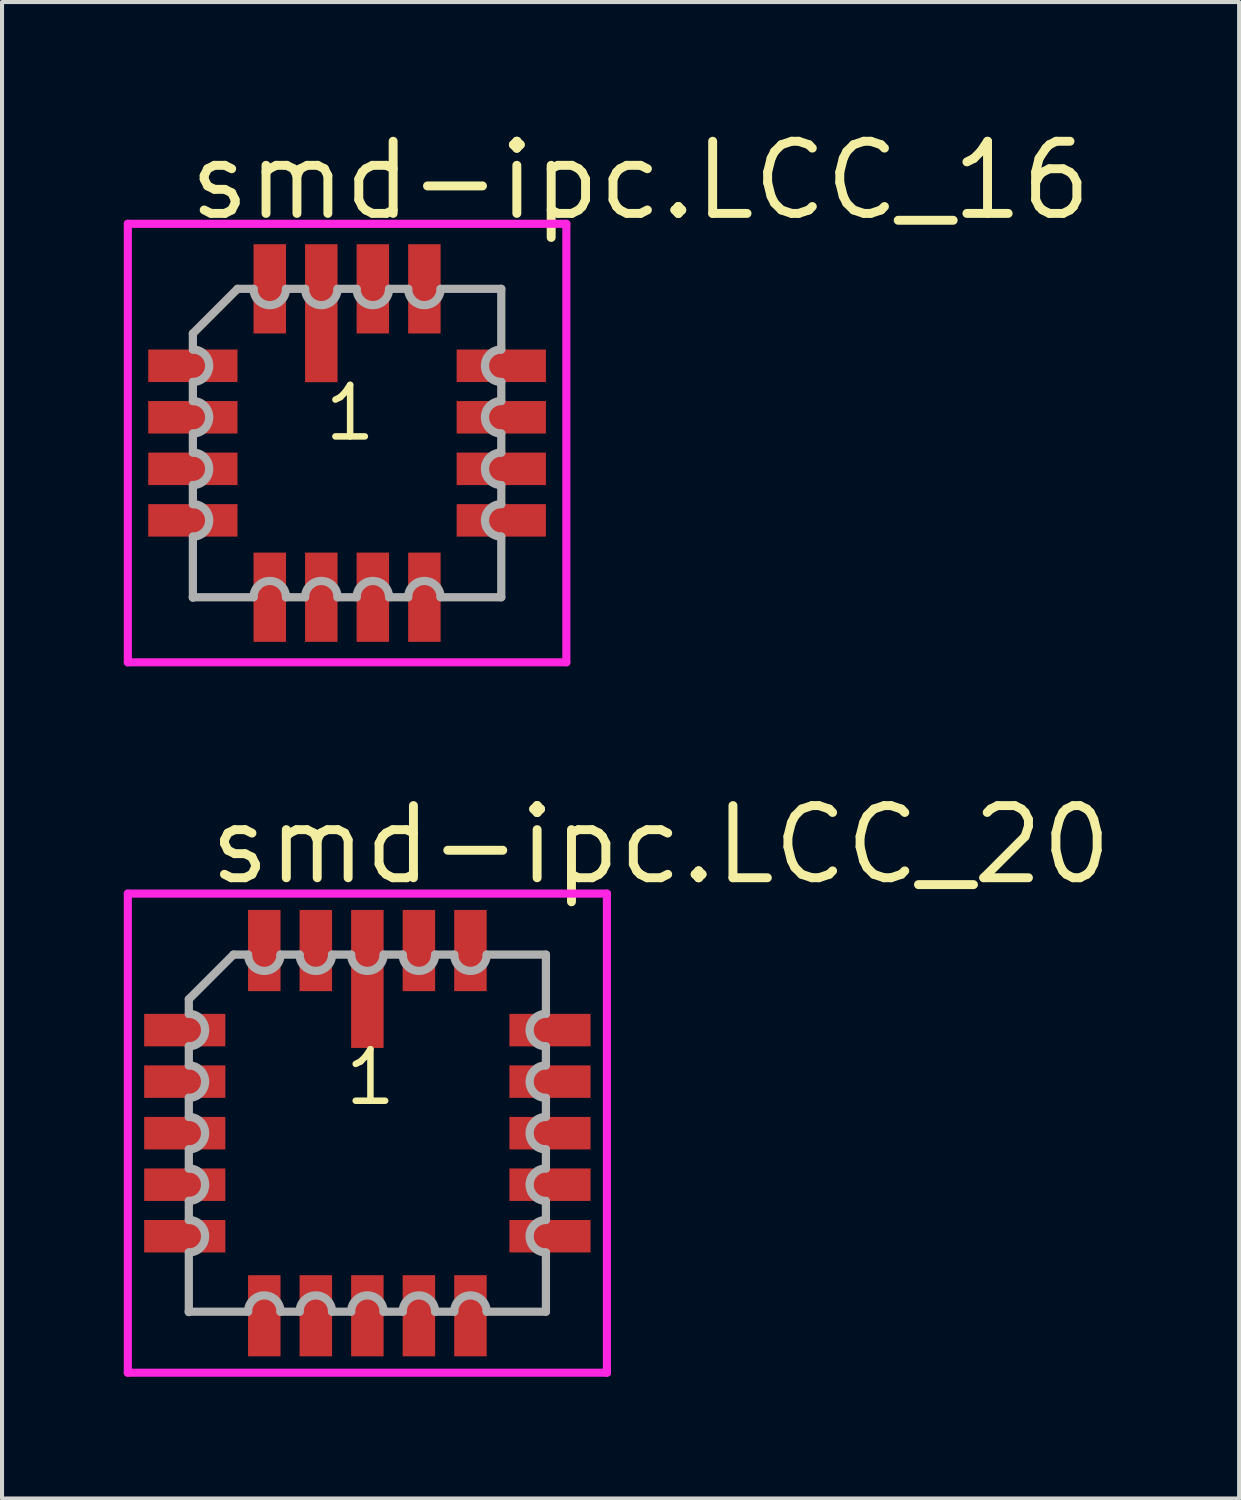
<source format=kicad_pcb>
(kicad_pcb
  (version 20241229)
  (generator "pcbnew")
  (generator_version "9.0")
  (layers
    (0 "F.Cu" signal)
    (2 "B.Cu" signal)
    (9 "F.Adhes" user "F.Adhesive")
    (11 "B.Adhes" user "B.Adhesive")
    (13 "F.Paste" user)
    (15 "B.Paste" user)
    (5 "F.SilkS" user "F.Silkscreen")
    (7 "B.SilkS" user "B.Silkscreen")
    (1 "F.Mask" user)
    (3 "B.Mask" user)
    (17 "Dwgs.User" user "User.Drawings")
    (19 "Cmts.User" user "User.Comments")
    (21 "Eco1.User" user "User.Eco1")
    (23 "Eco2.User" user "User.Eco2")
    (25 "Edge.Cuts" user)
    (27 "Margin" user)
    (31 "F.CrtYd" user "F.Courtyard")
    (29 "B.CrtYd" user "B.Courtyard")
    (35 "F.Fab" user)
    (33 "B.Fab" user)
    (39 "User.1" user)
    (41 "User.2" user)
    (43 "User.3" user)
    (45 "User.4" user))
  (footprint "smd-ipc.LCC_20"
    (layer "F.Cu")
    (at 6.003 24.874)
    (property "Reference" "smd-ipc.LCC_20" (at -4.005 -6.065 0) (layer "F.SilkS") (effects (font (size 1.778 1.778) (thickness 0.22)) (justify left bottom)))
    (attr smd)
    (fp_line (start -5.903 -5.903) (end 5.903 -5.903) (stroke (width 0.2) (type default)) (layer "F.CrtYd"))
    (fp_line (start -5.903 5.903) (end -5.903 -5.903) (stroke (width 0.2) (type default)) (layer "F.CrtYd"))
    (fp_line (start 5.903 -5.903) (end 5.903 5.903) (stroke (width 0.2) (type default)) (layer "F.CrtYd"))
    (fp_line (start 5.903 5.903) (end -5.903 5.903) (stroke (width 0.2) (type default)) (layer "F.CrtYd"))
    (fp_line (start -4.4 -3.3) (end -4.4 -2.94) (stroke (width 0.203) (type default)) (layer "F.Fab"))
    (fp_line (start -4.4 -2.14) (end -4.4 -1.67) (stroke (width 0.203) (type default)) (layer "F.Fab"))
    (fp_line (start -4.4 -0.87) (end -4.4 -0.4) (stroke (width 0.203) (type default)) (layer "F.Fab"))
    (fp_line (start -4.4 0.4) (end -4.4 0.87) (stroke (width 0.203) (type default)) (layer "F.Fab"))
    (fp_line (start -4.4 1.67) (end -4.4 2.14) (stroke (width 0.203) (type default)) (layer "F.Fab"))
    (fp_line (start -4.4 2.94) (end -4.4 4.4) (stroke (width 0.203) (type default)) (layer "F.Fab"))
    (fp_line (start -4.4 4.4) (end -4.4 4.41) (stroke (width 0.203) (type default)) (layer "F.Fab"))
    (fp_line (start -4.4 4.4) (end -2.94 4.4) (stroke (width 0.203) (type default)) (layer "F.Fab"))
    (fp_line (start -3.3 -4.4) (end -4.4 -3.3) (stroke (width 0.203) (type default)) (layer "F.Fab"))
    (fp_line (start -2.94 -4.4) (end -3.3 -4.4) (stroke (width 0.203) (type default)) (layer "F.Fab"))
    (fp_line (start -2.14 4.4) (end -1.67 4.4) (stroke (width 0.203) (type default)) (layer "F.Fab"))
    (fp_line (start -1.67 -4.4) (end -2.14 -4.4) (stroke (width 0.203) (type default)) (layer "F.Fab"))
    (fp_line (start -0.87 4.4) (end -0.4 4.4) (stroke (width 0.203) (type default)) (layer "F.Fab"))
    (fp_line (start -0.4 -4.4) (end -0.87 -4.4) (stroke (width 0.203) (type default)) (layer "F.Fab"))
    (fp_line (start 0.4 4.4) (end 0.87 4.4) (stroke (width 0.203) (type default)) (layer "F.Fab"))
    (fp_line (start 0.87 -4.4) (end 0.4 -4.4) (stroke (width 0.203) (type default)) (layer "F.Fab"))
    (fp_line (start 1.67 4.4) (end 2.14 4.4) (stroke (width 0.203) (type default)) (layer "F.Fab"))
    (fp_line (start 2.14 -4.4) (end 1.67 -4.4) (stroke (width 0.203) (type default)) (layer "F.Fab"))
    (fp_line (start 2.94 4.4) (end 4.4 4.4) (stroke (width 0.203) (type default)) (layer "F.Fab"))
    (fp_line (start 4.4 -4.4) (end 2.94 -4.4) (stroke (width 0.203) (type default)) (layer "F.Fab"))
    (fp_line (start 4.4 -2.94) (end 4.4 -4.4) (stroke (width 0.203) (type default)) (layer "F.Fab"))
    (fp_line (start 4.4 -1.67) (end 4.4 -2.14) (stroke (width 0.203) (type default)) (layer "F.Fab"))
    (fp_line (start 4.4 -0.4) (end 4.4 -0.87) (stroke (width 0.203) (type default)) (layer "F.Fab"))
    (fp_line (start 4.4 0.87) (end 4.4 0.4) (stroke (width 0.203) (type default)) (layer "F.Fab"))
    (fp_line (start 4.4 2.14) (end 4.4 1.67) (stroke (width 0.203) (type default)) (layer "F.Fab"))
    (fp_line (start 4.4 4.4) (end 4.4 2.94) (stroke (width 0.203) (type default)) (layer "F.Fab"))
    (fp_arc (start -4.3985 -2.94) (mid -3.9985 -2.54) (end -4.3985 -2.14) (stroke (width 0.2032) (type default)) (layer "F.Fab"))
    (fp_arc (start -4.3985 -1.67) (mid -3.9985 -1.27) (end -4.3985 -0.87) (stroke (width 0.2032) (type default)) (layer "F.Fab"))
    (fp_arc (start -4.3985 -0.4001) (mid -3.9984 0) (end -4.3985 0.4001) (stroke (width 0.2032) (type default)) (layer "F.Fab"))
    (fp_arc (start -4.3985 0.8699) (mid -3.9984 1.27) (end -4.3985 1.6701) (stroke (width 0.2032) (type default)) (layer "F.Fab"))
    (fp_arc (start -4.3985 2.1399) (mid -3.9984 2.54) (end -4.3985 2.9401) (stroke (width 0.2032) (type default)) (layer "F.Fab"))
    (fp_arc (start -2.9401 4.3985) (mid -2.54 3.9984) (end -2.1399 4.3985) (stroke (width 0.2032) (type default)) (layer "F.Fab"))
    (fp_arc (start -2.1399 -4.3985) (mid -2.54 -3.9984) (end -2.9401 -4.3985) (stroke (width 0.2032) (type default)) (layer "F.Fab"))
    (fp_arc (start -1.6701 4.3985) (mid -1.27 3.9984) (end -0.8699 4.3985) (stroke (width 0.2032) (type default)) (layer "F.Fab"))
    (fp_arc (start -0.8699 -4.3985) (mid -1.27 -3.9984) (end -1.6701 -4.3985) (stroke (width 0.2032) (type default)) (layer "F.Fab"))
    (fp_arc (start -0.4001 4.3985) (mid 0 3.9984) (end 0.4001 4.3985) (stroke (width 0.2032) (type default)) (layer "F.Fab"))
    (fp_arc (start 0.4001 -4.3985) (mid 0 -3.9984) (end -0.4001 -4.3985) (stroke (width 0.2032) (type default)) (layer "F.Fab"))
    (fp_arc (start 0.87 4.3985) (mid 1.27 3.9985) (end 1.67 4.3985) (stroke (width 0.2032) (type default)) (layer "F.Fab"))
    (fp_arc (start 1.67 -4.3985) (mid 1.27 -3.9985) (end 0.87 -4.3985) (stroke (width 0.2032) (type default)) (layer "F.Fab"))
    (fp_arc (start 2.14 4.3985) (mid 2.54 3.9985) (end 2.94 4.3985) (stroke (width 0.2032) (type default)) (layer "F.Fab"))
    (fp_arc (start 2.94 -4.3985) (mid 2.54 -3.9985) (end 2.14 -4.3985) (stroke (width 0.2032) (type default)) (layer "F.Fab"))
    (fp_arc (start 4.3985 -2.1399) (mid 3.9984 -2.54) (end 4.3985 -2.9401) (stroke (width 0.2032) (type default)) (layer "F.Fab"))
    (fp_arc (start 4.3985 -0.8699) (mid 3.9984 -1.27) (end 4.3985 -1.6701) (stroke (width 0.2032) (type default)) (layer "F.Fab"))
    (fp_arc (start 4.3985 0.4001) (mid 3.9984 0) (end 4.3985 -0.4001) (stroke (width 0.2032) (type default)) (layer "F.Fab"))
    (fp_arc (start 4.3985 1.67) (mid 3.9985 1.27) (end 4.3985 0.87) (stroke (width 0.2032) (type default)) (layer "F.Fab"))
    (fp_arc (start 4.3985 2.94) (mid 3.9985 2.54) (end 4.3985 2.14) (stroke (width 0.2032) (type default)) (layer "F.Fab"))
    (fp_text user "1" (at -0.635 -0.635 0) (layer "F.SilkS") (effects (font (size 1.27 1.27) (thickness 0.16)) (justify left bottom)))
    (pad "1" smd roundrect (at 0 -3.8) (size 0.8 3.4) (layers "F.Cu" "F.Mask" "F.Paste") (roundrect_rratio 0.01))
    (pad "2" smd roundrect (at -1.27 -4.5) (size 0.8 2) (layers "F.Cu" "F.Mask" "F.Paste") (roundrect_rratio 0.01))
    (pad "3" smd roundrect (at -2.54 -4.5) (size 0.8 2) (layers "F.Cu" "F.Mask" "F.Paste") (roundrect_rratio 0.01))
    (pad "4" smd roundrect (at -4.5 -2.54) (size 2 0.8) (layers "F.Cu" "F.Mask" "F.Paste") (roundrect_rratio 0.01))
    (pad "5" smd roundrect (at -4.5 -1.27) (size 2 0.8) (layers "F.Cu" "F.Mask" "F.Paste") (roundrect_rratio 0.01))
    (pad "6" smd roundrect (at -4.5 0) (size 2 0.8) (layers "F.Cu" "F.Mask" "F.Paste") (roundrect_rratio 0.01))
    (pad "7" smd roundrect (at -4.5 1.27) (size 2 0.8) (layers "F.Cu" "F.Mask" "F.Paste") (roundrect_rratio 0.01))
    (pad "8" smd roundrect (at -4.5 2.54) (size 2 0.8) (layers "F.Cu" "F.Mask" "F.Paste") (roundrect_rratio 0.01))
    (pad "9" smd roundrect (at -2.54 4.5) (size 0.8 2) (layers "F.Cu" "F.Mask" "F.Paste") (roundrect_rratio 0.01))
    (pad "10" smd roundrect (at -1.27 4.5) (size 0.8 2) (layers "F.Cu" "F.Mask" "F.Paste") (roundrect_rratio 0.01))
    (pad "11" smd roundrect (at 0 4.5) (size 0.8 2) (layers "F.Cu" "F.Mask" "F.Paste") (roundrect_rratio 0.01))
    (pad "12" smd roundrect (at 1.27 4.5) (size 0.8 2) (layers "F.Cu" "F.Mask" "F.Paste") (roundrect_rratio 0.01))
    (pad "13" smd roundrect (at 2.54 4.5) (size 0.8 2) (layers "F.Cu" "F.Mask" "F.Paste") (roundrect_rratio 0.01))
    (pad "14" smd roundrect (at 4.5 2.54) (size 2 0.8) (layers "F.Cu" "F.Mask" "F.Paste") (roundrect_rratio 0.01))
    (pad "15" smd roundrect (at 4.5 1.27) (size 2 0.8) (layers "F.Cu" "F.Mask" "F.Paste") (roundrect_rratio 0.01))
    (pad "16" smd roundrect (at 4.5 0) (size 2 0.8) (layers "F.Cu" "F.Mask" "F.Paste") (roundrect_rratio 0.01))
    (pad "17" smd roundrect (at 4.5 -1.27) (size 2 0.8) (layers "F.Cu" "F.Mask" "F.Paste") (roundrect_rratio 0.01))
    (pad "18" smd roundrect (at 4.5 -2.54) (size 2 0.8) (layers "F.Cu" "F.Mask" "F.Paste") (roundrect_rratio 0.01))
    (pad "19" smd roundrect (at 2.54 -4.5) (size 0.8 2) (layers "F.Cu" "F.Mask" "F.Paste") (roundrect_rratio 0.01))
    (pad "20" smd roundrect (at 1.27 -4.5) (size 0.8 2) (layers "F.Cu" "F.Mask" "F.Paste") (roundrect_rratio 0.01)))
  (footprint "smd-ipc.LCC_16"
    (layer "F.Cu")
    (at 5.503 7.868)
    (property "Reference" "smd-ipc.LCC_16" (at -4.005 -5.43 0) (layer "F.SilkS") (effects (font (size 1.778 1.778) (thickness 0.22)) (justify left bottom)))
    (attr smd)
    (fp_line (start -5.403 -5.403) (end 5.403 -5.403) (stroke (width 0.2) (type default)) (layer "F.CrtYd"))
    (fp_line (start -5.403 5.403) (end -5.403 -5.403) (stroke (width 0.2) (type default)) (layer "F.CrtYd"))
    (fp_line (start 5.403 -5.403) (end 5.403 5.403) (stroke (width 0.2) (type default)) (layer "F.CrtYd"))
    (fp_line (start 5.403 5.403) (end -5.403 5.403) (stroke (width 0.2) (type default)) (layer "F.CrtYd"))
    (fp_line (start -3.8 -2.7) (end -3.8 -2.305) (stroke (width 0.203) (type default)) (layer "F.Fab"))
    (fp_line (start -3.8 -1.505) (end -3.8 -1.035) (stroke (width 0.203) (type default)) (layer "F.Fab"))
    (fp_line (start -3.8 -0.235) (end -3.8 0.235) (stroke (width 0.203) (type default)) (layer "F.Fab"))
    (fp_line (start -3.8 1.035) (end -3.8 1.505) (stroke (width 0.203) (type default)) (layer "F.Fab"))
    (fp_line (start -3.8 2.305) (end -3.8 3.8) (stroke (width 0.203) (type default)) (layer "F.Fab"))
    (fp_line (start -3.8 3.8) (end -3.8 3.81) (stroke (width 0.203) (type default)) (layer "F.Fab"))
    (fp_line (start -3.8 3.8) (end -2.305 3.8) (stroke (width 0.203) (type default)) (layer "F.Fab"))
    (fp_line (start -2.7 -3.8) (end -3.8 -2.7) (stroke (width 0.203) (type default)) (layer "F.Fab"))
    (fp_line (start -2.305 -3.8) (end -2.7 -3.8) (stroke (width 0.203) (type default)) (layer "F.Fab"))
    (fp_line (start -1.505 3.8) (end -1.035 3.8) (stroke (width 0.203) (type default)) (layer "F.Fab"))
    (fp_line (start -1.035 -3.8) (end -1.505 -3.8) (stroke (width 0.203) (type default)) (layer "F.Fab"))
    (fp_line (start -0.235 3.8) (end 0.235 3.8) (stroke (width 0.203) (type default)) (layer "F.Fab"))
    (fp_line (start 0.235 -3.8) (end -0.235 -3.8) (stroke (width 0.203) (type default)) (layer "F.Fab"))
    (fp_line (start 1.035 3.8) (end 1.505 3.8) (stroke (width 0.203) (type default)) (layer "F.Fab"))
    (fp_line (start 1.505 -3.8) (end 1.035 -3.8) (stroke (width 0.203) (type default)) (layer "F.Fab"))
    (fp_line (start 2.305 3.8) (end 3.8 3.8) (stroke (width 0.203) (type default)) (layer "F.Fab"))
    (fp_line (start 3.8 -3.8) (end 2.305 -3.8) (stroke (width 0.203) (type default)) (layer "F.Fab"))
    (fp_line (start 3.8 -2.305) (end 3.8 -3.8) (stroke (width 0.203) (type default)) (layer "F.Fab"))
    (fp_line (start 3.8 -1.035) (end 3.8 -1.505) (stroke (width 0.203) (type default)) (layer "F.Fab"))
    (fp_line (start 3.8 0.235) (end 3.8 -0.235) (stroke (width 0.203) (type default)) (layer "F.Fab"))
    (fp_line (start 3.8 1.505) (end 3.8 1.035) (stroke (width 0.203) (type default)) (layer "F.Fab"))
    (fp_line (start 3.8 3.8) (end 3.8 2.305) (stroke (width 0.203) (type default)) (layer "F.Fab"))
    (fp_arc (start -3.7983 -2.305) (mid -3.3983 -1.905) (end -3.7983 -1.505) (stroke (width 0.2032) (type default)) (layer "F.Fab"))
    (fp_arc (start -3.7983 -1.035) (mid -3.3983 -0.635) (end -3.7983 -0.235) (stroke (width 0.2032) (type default)) (layer "F.Fab"))
    (fp_arc (start -3.7983 0.2349) (mid -3.3982 0.635) (end -3.7983 1.0351) (stroke (width 0.2032) (type default)) (layer "F.Fab"))
    (fp_arc (start -3.7983 1.5049) (mid -3.3982 1.905) (end -3.7983 2.3051) (stroke (width 0.2032) (type default)) (layer "F.Fab"))
    (fp_arc (start -2.3051 3.7983) (mid -1.905 3.3982) (end -1.5049 3.7983) (stroke (width 0.2032) (type default)) (layer "F.Fab"))
    (fp_arc (start -1.5049 -3.7983) (mid -1.905 -3.3982) (end -2.3051 -3.7983) (stroke (width 0.2032) (type default)) (layer "F.Fab"))
    (fp_arc (start -1.0351 3.7983) (mid -0.635 3.3982) (end -0.2349 3.7983) (stroke (width 0.2032) (type default)) (layer "F.Fab"))
    (fp_arc (start -0.2349 -3.7983) (mid -0.635 -3.3982) (end -1.0351 -3.7983) (stroke (width 0.2032) (type default)) (layer "F.Fab"))
    (fp_arc (start 0.235 3.7983) (mid 0.635 3.3983) (end 1.035 3.7983) (stroke (width 0.2032) (type default)) (layer "F.Fab"))
    (fp_arc (start 1.035 -3.7983) (mid 0.635 -3.3983) (end 0.235 -3.7983) (stroke (width 0.2032) (type default)) (layer "F.Fab"))
    (fp_arc (start 1.505 3.7983) (mid 1.905 3.3983) (end 2.305 3.7983) (stroke (width 0.2032) (type default)) (layer "F.Fab"))
    (fp_arc (start 2.305 -3.7983) (mid 1.905 -3.3983) (end 1.505 -3.7983) (stroke (width 0.2032) (type default)) (layer "F.Fab"))
    (fp_arc (start 3.7983 -1.5049) (mid 3.3982 -1.905) (end 3.7983 -2.3051) (stroke (width 0.2032) (type default)) (layer "F.Fab"))
    (fp_arc (start 3.7983 -0.2349) (mid 3.3982 -0.635) (end 3.7983 -1.0351) (stroke (width 0.2032) (type default)) (layer "F.Fab"))
    (fp_arc (start 3.7983 1.035) (mid 3.3983 0.635) (end 3.7983 0.235) (stroke (width 0.2032) (type default)) (layer "F.Fab"))
    (fp_arc (start 3.7983 2.305) (mid 3.3983 1.905) (end 3.7983 1.505) (stroke (width 0.2032) (type default)) (layer "F.Fab"))
    (fp_text user "1" (at -0.635 0 0) (layer "F.SilkS") (effects (font (size 1.27 1.27) (thickness 0.16)) (justify left bottom)))
    (pad "1" smd roundrect (at -0.635 -3.2) (size 0.8 3.4) (layers "F.Cu" "F.Mask" "F.Paste") (roundrect_rratio 0.01))
    (pad "2" smd roundrect (at -1.905 -3.8) (size 0.8 2.2) (layers "F.Cu" "F.Mask" "F.Paste") (roundrect_rratio 0.01))
    (pad "3" smd roundrect (at -3.8 -1.905) (size 2.2 0.8) (layers "F.Cu" "F.Mask" "F.Paste") (roundrect_rratio 0.01))
    (pad "4" smd roundrect (at -3.8 -0.635) (size 2.2 0.8) (layers "F.Cu" "F.Mask" "F.Paste") (roundrect_rratio 0.01))
    (pad "5" smd roundrect (at -3.8 0.635) (size 2.2 0.8) (layers "F.Cu" "F.Mask" "F.Paste") (roundrect_rratio 0.01))
    (pad "6" smd roundrect (at -3.8 1.905) (size 2.2 0.8) (layers "F.Cu" "F.Mask" "F.Paste") (roundrect_rratio 0.01))
    (pad "7" smd roundrect (at -1.905 3.8) (size 0.8 2.2) (layers "F.Cu" "F.Mask" "F.Paste") (roundrect_rratio 0.01))
    (pad "8" smd roundrect (at -0.635 3.8) (size 0.8 2.2) (layers "F.Cu" "F.Mask" "F.Paste") (roundrect_rratio 0.01))
    (pad "9" smd roundrect (at 0.635 3.8) (size 0.8 2.2) (layers "F.Cu" "F.Mask" "F.Paste") (roundrect_rratio 0.01))
    (pad "10" smd roundrect (at 1.905 3.8) (size 0.8 2.2) (layers "F.Cu" "F.Mask" "F.Paste") (roundrect_rratio 0.01))
    (pad "11" smd roundrect (at 3.8 1.905) (size 2.2 0.8) (layers "F.Cu" "F.Mask" "F.Paste") (roundrect_rratio 0.01))
    (pad "12" smd roundrect (at 3.8 0.635) (size 2.2 0.8) (layers "F.Cu" "F.Mask" "F.Paste") (roundrect_rratio 0.01))
    (pad "13" smd roundrect (at 3.8 -0.635) (size 2.2 0.8) (layers "F.Cu" "F.Mask" "F.Paste") (roundrect_rratio 0.01))
    (pad "14" smd roundrect (at 3.8 -1.905) (size 2.2 0.8) (layers "F.Cu" "F.Mask" "F.Paste") (roundrect_rratio 0.01))
    (pad "15" smd roundrect (at 1.905 -3.8) (size 0.8 2.2) (layers "F.Cu" "F.Mask" "F.Paste") (roundrect_rratio 0.01))
    (pad "16" smd roundrect (at 0.635 -3.8) (size 0.8 2.2) (layers "F.Cu" "F.Mask" "F.Paste") (roundrect_rratio 0.01)))
  (gr_rect
    (start -3 -3)
    (end 27.485 33.877)
    (stroke (width 0.1) (type default))
    (fill no)
    (layer "Edge.Cuts")))
</source>
